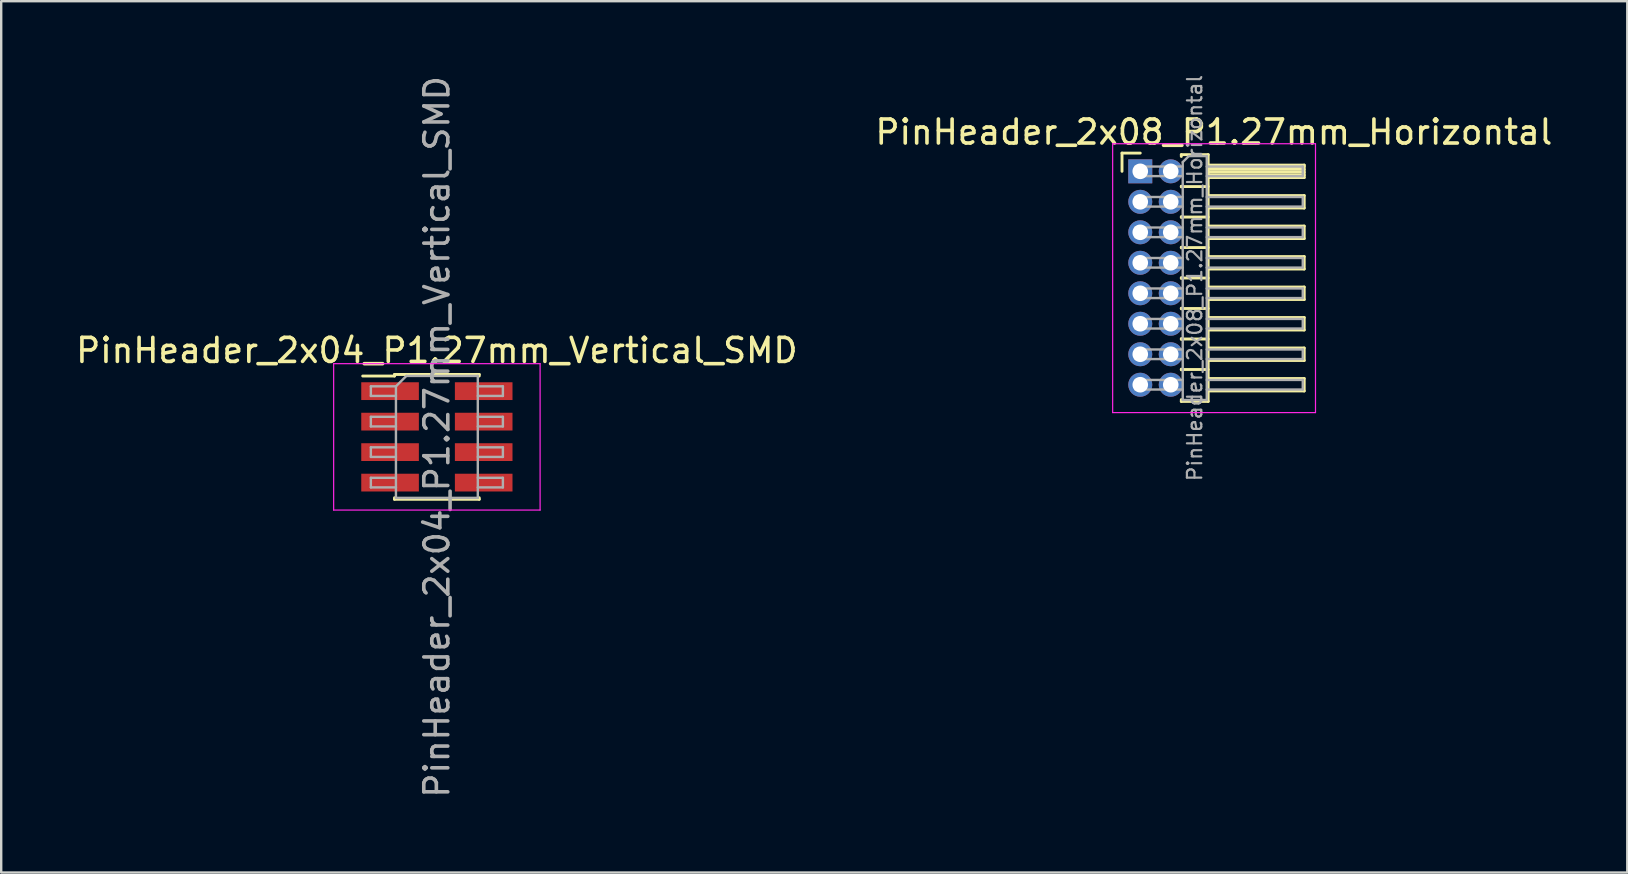
<source format=kicad_pcb>
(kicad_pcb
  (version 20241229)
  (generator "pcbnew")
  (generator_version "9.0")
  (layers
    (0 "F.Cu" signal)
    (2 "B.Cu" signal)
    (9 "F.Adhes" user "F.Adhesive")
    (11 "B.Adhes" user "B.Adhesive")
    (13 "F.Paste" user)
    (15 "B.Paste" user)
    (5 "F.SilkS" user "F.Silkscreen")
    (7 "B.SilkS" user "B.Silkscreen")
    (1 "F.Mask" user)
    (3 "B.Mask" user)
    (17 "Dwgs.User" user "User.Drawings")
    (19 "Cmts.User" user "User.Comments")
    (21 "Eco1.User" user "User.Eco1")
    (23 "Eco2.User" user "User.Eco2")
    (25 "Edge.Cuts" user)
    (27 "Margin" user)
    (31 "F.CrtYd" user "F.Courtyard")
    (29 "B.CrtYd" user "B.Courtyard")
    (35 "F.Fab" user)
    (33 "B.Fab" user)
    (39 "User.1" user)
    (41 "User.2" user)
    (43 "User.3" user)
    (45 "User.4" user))
  (footprint "PinHeader_2x08_P1.27mm_Horizontal"
    (layer "F.Cu")
    (at 44.45 4.087)
    (property "Reference" "PinHeader_2x08_P1.27mm_Horizontal" (at 3.067 -1.635 0) (layer "F.SilkS") (effects (font (size 1 1) (thickness 0.15))))
    (attr through_hole)
    (fp_line (start -0.76 -0.76) (end 0 -0.76) (stroke (width 0.12) (type solid)) (layer "F.SilkS"))
    (fp_line (start -0.76 0) (end -0.76 -0.76) (stroke (width 0.12) (type solid)) (layer "F.SilkS"))
    (fp_line (start 1.71 -0.695) (end 2.83 -0.695) (stroke (width 0.12) (type solid)) (layer "F.SilkS"))
    (fp_line (start 1.71 -0.62) (end 1.71 -0.695) (stroke (width 0.12) (type solid)) (layer "F.SilkS"))
    (fp_line (start 1.71 0.62) (end 1.71 0.65) (stroke (width 0.12) (type solid)) (layer "F.SilkS"))
    (fp_line (start 1.71 0.635) (end 2.83 0.635) (stroke (width 0.12) (type solid)) (layer "F.SilkS"))
    (fp_line (start 1.71 1.89) (end 1.71 1.92) (stroke (width 0.12) (type solid)) (layer "F.SilkS"))
    (fp_line (start 1.71 1.905) (end 2.83 1.905) (stroke (width 0.12) (type solid)) (layer "F.SilkS"))
    (fp_line (start 1.71 3.16) (end 1.71 3.19) (stroke (width 0.12) (type solid)) (layer "F.SilkS"))
    (fp_line (start 1.71 3.175) (end 2.83 3.175) (stroke (width 0.12) (type solid)) (layer "F.SilkS"))
    (fp_line (start 1.71 4.43) (end 1.71 4.46) (stroke (width 0.12) (type solid)) (layer "F.SilkS"))
    (fp_line (start 1.71 4.445) (end 2.83 4.445) (stroke (width 0.12) (type solid)) (layer "F.SilkS"))
    (fp_line (start 1.71 5.7) (end 1.71 5.73) (stroke (width 0.12) (type solid)) (layer "F.SilkS"))
    (fp_line (start 1.71 5.715) (end 2.83 5.715) (stroke (width 0.12) (type solid)) (layer "F.SilkS"))
    (fp_line (start 1.71 6.97) (end 1.71 7) (stroke (width 0.12) (type solid)) (layer "F.SilkS"))
    (fp_line (start 1.71 6.985) (end 2.83 6.985) (stroke (width 0.12) (type solid)) (layer "F.SilkS"))
    (fp_line (start 1.71 8.24) (end 1.71 8.27) (stroke (width 0.12) (type solid)) (layer "F.SilkS"))
    (fp_line (start 1.71 8.255) (end 2.83 8.255) (stroke (width 0.12) (type solid)) (layer "F.SilkS"))
    (fp_line (start 1.71 9.585) (end 1.71 9.51) (stroke (width 0.12) (type solid)) (layer "F.SilkS"))
    (fp_line (start 2.83 -0.695) (end 2.83 9.585) (stroke (width 0.12) (type solid)) (layer "F.SilkS"))
    (fp_line (start 2.83 -0.26) (end 6.83 -0.26) (stroke (width 0.12) (type solid)) (layer "F.SilkS"))
    (fp_line (start 2.83 -0.2) (end 6.83 -0.2) (stroke (width 0.12) (type solid)) (layer "F.SilkS"))
    (fp_line (start 2.83 -0.08) (end 6.83 -0.08) (stroke (width 0.12) (type solid)) (layer "F.SilkS"))
    (fp_line (start 2.83 0.04) (end 6.83 0.04) (stroke (width 0.12) (type solid)) (layer "F.SilkS"))
    (fp_line (start 2.83 0.16) (end 6.83 0.16) (stroke (width 0.12) (type solid)) (layer "F.SilkS"))
    (fp_line (start 2.83 1.01) (end 6.83 1.01) (stroke (width 0.12) (type solid)) (layer "F.SilkS"))
    (fp_line (start 2.83 2.28) (end 6.83 2.28) (stroke (width 0.12) (type solid)) (layer "F.SilkS"))
    (fp_line (start 2.83 3.55) (end 6.83 3.55) (stroke (width 0.12) (type solid)) (layer "F.SilkS"))
    (fp_line (start 2.83 4.82) (end 6.83 4.82) (stroke (width 0.12) (type solid)) (layer "F.SilkS"))
    (fp_line (start 2.83 6.09) (end 6.83 6.09) (stroke (width 0.12) (type solid)) (layer "F.SilkS"))
    (fp_line (start 2.83 7.36) (end 6.83 7.36) (stroke (width 0.12) (type solid)) (layer "F.SilkS"))
    (fp_line (start 2.83 8.63) (end 6.83 8.63) (stroke (width 0.12) (type solid)) (layer "F.SilkS"))
    (fp_line (start 2.83 9.585) (end 1.71 9.585) (stroke (width 0.12) (type solid)) (layer "F.SilkS"))
    (fp_line (start 6.83 -0.26) (end 6.83 0.26) (stroke (width 0.12) (type solid)) (layer "F.SilkS"))
    (fp_line (start 6.83 0.26) (end 2.83 0.26) (stroke (width 0.12) (type solid)) (layer "F.SilkS"))
    (fp_line (start 6.83 1.01) (end 6.83 1.53) (stroke (width 0.12) (type solid)) (layer "F.SilkS"))
    (fp_line (start 6.83 1.53) (end 2.83 1.53) (stroke (width 0.12) (type solid)) (layer "F.SilkS"))
    (fp_line (start 6.83 2.28) (end 6.83 2.8) (stroke (width 0.12) (type solid)) (layer "F.SilkS"))
    (fp_line (start 6.83 2.8) (end 2.83 2.8) (stroke (width 0.12) (type solid)) (layer "F.SilkS"))
    (fp_line (start 6.83 3.55) (end 6.83 4.07) (stroke (width 0.12) (type solid)) (layer "F.SilkS"))
    (fp_line (start 6.83 4.07) (end 2.83 4.07) (stroke (width 0.12) (type solid)) (layer "F.SilkS"))
    (fp_line (start 6.83 4.82) (end 6.83 5.34) (stroke (width 0.12) (type solid)) (layer "F.SilkS"))
    (fp_line (start 6.83 5.34) (end 2.83 5.34) (stroke (width 0.12) (type solid)) (layer "F.SilkS"))
    (fp_line (start 6.83 6.09) (end 6.83 6.61) (stroke (width 0.12) (type solid)) (layer "F.SilkS"))
    (fp_line (start 6.83 6.61) (end 2.83 6.61) (stroke (width 0.12) (type solid)) (layer "F.SilkS"))
    (fp_line (start 6.83 7.36) (end 6.83 7.88) (stroke (width 0.12) (type solid)) (layer "F.SilkS"))
    (fp_line (start 6.83 7.88) (end 2.83 7.88) (stroke (width 0.12) (type solid)) (layer "F.SilkS"))
    (fp_line (start 6.83 8.63) (end 6.83 9.15) (stroke (width 0.12) (type solid)) (layer "F.SilkS"))
    (fp_line (start 6.83 9.15) (end 2.83 9.15) (stroke (width 0.12) (type solid)) (layer "F.SilkS"))
    (fp_line (start -1.15 -1.15) (end -1.15 10.05) (stroke (width 0.05) (type solid)) (layer "F.CrtYd"))
    (fp_line (start -1.15 10.05) (end 7.3 10.05) (stroke (width 0.05) (type solid)) (layer "F.CrtYd"))
    (fp_line (start 7.3 -1.15) (end -1.15 -1.15) (stroke (width 0.05) (type solid)) (layer "F.CrtYd"))
    (fp_line (start 7.3 10.05) (end 7.3 -1.15) (stroke (width 0.05) (type solid)) (layer "F.CrtYd"))
    (fp_line (start -0.2 -0.2) (end -0.2 0.2) (stroke (width 0.1) (type solid)) (layer "F.Fab"))
    (fp_line (start -0.2 -0.2) (end 1.77 -0.2) (stroke (width 0.1) (type solid)) (layer "F.Fab"))
    (fp_line (start -0.2 0.2) (end 1.77 0.2) (stroke (width 0.1) (type solid)) (layer "F.Fab"))
    (fp_line (start -0.2 1.07) (end -0.2 1.47) (stroke (width 0.1) (type solid)) (layer "F.Fab"))
    (fp_line (start -0.2 1.07) (end 1.77 1.07) (stroke (width 0.1) (type solid)) (layer "F.Fab"))
    (fp_line (start -0.2 1.47) (end 1.77 1.47) (stroke (width 0.1) (type solid)) (layer "F.Fab"))
    (fp_line (start -0.2 2.34) (end -0.2 2.74) (stroke (width 0.1) (type solid)) (layer "F.Fab"))
    (fp_line (start -0.2 2.34) (end 1.77 2.34) (stroke (width 0.1) (type solid)) (layer "F.Fab"))
    (fp_line (start -0.2 2.74) (end 1.77 2.74) (stroke (width 0.1) (type solid)) (layer "F.Fab"))
    (fp_line (start -0.2 3.61) (end -0.2 4.01) (stroke (width 0.1) (type solid)) (layer "F.Fab"))
    (fp_line (start -0.2 3.61) (end 1.77 3.61) (stroke (width 0.1) (type solid)) (layer "F.Fab"))
    (fp_line (start -0.2 4.01) (end 1.77 4.01) (stroke (width 0.1) (type solid)) (layer "F.Fab"))
    (fp_line (start -0.2 4.88) (end -0.2 5.28) (stroke (width 0.1) (type solid)) (layer "F.Fab"))
    (fp_line (start -0.2 4.88) (end 1.77 4.88) (stroke (width 0.1) (type solid)) (layer "F.Fab"))
    (fp_line (start -0.2 5.28) (end 1.77 5.28) (stroke (width 0.1) (type solid)) (layer "F.Fab"))
    (fp_line (start -0.2 6.15) (end -0.2 6.55) (stroke (width 0.1) (type solid)) (layer "F.Fab"))
    (fp_line (start -0.2 6.15) (end 1.77 6.15) (stroke (width 0.1) (type solid)) (layer "F.Fab"))
    (fp_line (start -0.2 6.55) (end 1.77 6.55) (stroke (width 0.1) (type solid)) (layer "F.Fab"))
    (fp_line (start -0.2 7.42) (end -0.2 7.82) (stroke (width 0.1) (type solid)) (layer "F.Fab"))
    (fp_line (start -0.2 7.42) (end 1.77 7.42) (stroke (width 0.1) (type solid)) (layer "F.Fab"))
    (fp_line (start -0.2 7.82) (end 1.77 7.82) (stroke (width 0.1) (type solid)) (layer "F.Fab"))
    (fp_line (start -0.2 8.69) (end -0.2 9.09) (stroke (width 0.1) (type solid)) (layer "F.Fab"))
    (fp_line (start -0.2 8.69) (end 1.77 8.69) (stroke (width 0.1) (type solid)) (layer "F.Fab"))
    (fp_line (start -0.2 9.09) (end 1.77 9.09) (stroke (width 0.1) (type solid)) (layer "F.Fab"))
    (fp_line (start 1.77 -0.385) (end 2.02 -0.635) (stroke (width 0.1) (type solid)) (layer "F.Fab"))
    (fp_line (start 1.77 9.525) (end 1.77 -0.385) (stroke (width 0.1) (type solid)) (layer "F.Fab"))
    (fp_line (start 2.02 -0.635) (end 2.77 -0.635) (stroke (width 0.1) (type solid)) (layer "F.Fab"))
    (fp_line (start 2.77 -0.635) (end 2.77 9.525) (stroke (width 0.1) (type solid)) (layer "F.Fab"))
    (fp_line (start 2.77 -0.2) (end 6.77 -0.2) (stroke (width 0.1) (type solid)) (layer "F.Fab"))
    (fp_line (start 2.77 0.2) (end 6.77 0.2) (stroke (width 0.1) (type solid)) (layer "F.Fab"))
    (fp_line (start 2.77 1.07) (end 6.77 1.07) (stroke (width 0.1) (type solid)) (layer "F.Fab"))
    (fp_line (start 2.77 1.47) (end 6.77 1.47) (stroke (width 0.1) (type solid)) (layer "F.Fab"))
    (fp_line (start 2.77 2.34) (end 6.77 2.34) (stroke (width 0.1) (type solid)) (layer "F.Fab"))
    (fp_line (start 2.77 2.74) (end 6.77 2.74) (stroke (width 0.1) (type solid)) (layer "F.Fab"))
    (fp_line (start 2.77 3.61) (end 6.77 3.61) (stroke (width 0.1) (type solid)) (layer "F.Fab"))
    (fp_line (start 2.77 4.01) (end 6.77 4.01) (stroke (width 0.1) (type solid)) (layer "F.Fab"))
    (fp_line (start 2.77 4.88) (end 6.77 4.88) (stroke (width 0.1) (type solid)) (layer "F.Fab"))
    (fp_line (start 2.77 5.28) (end 6.77 5.28) (stroke (width 0.1) (type solid)) (layer "F.Fab"))
    (fp_line (start 2.77 6.15) (end 6.77 6.15) (stroke (width 0.1) (type solid)) (layer "F.Fab"))
    (fp_line (start 2.77 6.55) (end 6.77 6.55) (stroke (width 0.1) (type solid)) (layer "F.Fab"))
    (fp_line (start 2.77 7.42) (end 6.77 7.42) (stroke (width 0.1) (type solid)) (layer "F.Fab"))
    (fp_line (start 2.77 7.82) (end 6.77 7.82) (stroke (width 0.1) (type solid)) (layer "F.Fab"))
    (fp_line (start 2.77 8.69) (end 6.77 8.69) (stroke (width 0.1) (type solid)) (layer "F.Fab"))
    (fp_line (start 2.77 9.09) (end 6.77 9.09) (stroke (width 0.1) (type solid)) (layer "F.Fab"))
    (fp_line (start 2.77 9.525) (end 1.77 9.525) (stroke (width 0.1) (type solid)) (layer "F.Fab"))
    (fp_line (start 6.77 -0.2) (end 6.77 0.2) (stroke (width 0.1) (type solid)) (layer "F.Fab"))
    (fp_line (start 6.77 1.07) (end 6.77 1.47) (stroke (width 0.1) (type solid)) (layer "F.Fab"))
    (fp_line (start 6.77 2.34) (end 6.77 2.74) (stroke (width 0.1) (type solid)) (layer "F.Fab"))
    (fp_line (start 6.77 3.61) (end 6.77 4.01) (stroke (width 0.1) (type solid)) (layer "F.Fab"))
    (fp_line (start 6.77 4.88) (end 6.77 5.28) (stroke (width 0.1) (type solid)) (layer "F.Fab"))
    (fp_line (start 6.77 6.15) (end 6.77 6.55) (stroke (width 0.1) (type solid)) (layer "F.Fab"))
    (fp_line (start 6.77 7.42) (end 6.77 7.82) (stroke (width 0.1) (type solid)) (layer "F.Fab"))
    (fp_line (start 6.77 8.69) (end 6.77 9.09) (stroke (width 0.1) (type solid)) (layer "F.Fab"))
    (fp_text user "${REFERENCE}" (at 2.27 4.445 90) (layer "F.Fab") (effects (font (size 0.6 0.6) (thickness 0.09))))
    (pad "1" thru_hole rect (at 0 0) (size 1 1) (drill 0.65) (layers "*.Cu" "*.Mask"))
    (pad "2" thru_hole oval (at 1.27 0) (size 1 1) (drill 0.65) (layers "*.Cu" "*.Mask"))
    (pad "3" thru_hole oval (at 0 1.27) (size 1 1) (drill 0.65) (layers "*.Cu" "*.Mask"))
    (pad "4" thru_hole oval (at 1.27 1.27) (size 1 1) (drill 0.65) (layers "*.Cu" "*.Mask"))
    (pad "5" thru_hole oval (at 0 2.54) (size 1 1) (drill 0.65) (layers "*.Cu" "*.Mask"))
    (pad "6" thru_hole oval (at 1.27 2.54) (size 1 1) (drill 0.65) (layers "*.Cu" "*.Mask"))
    (pad "7" thru_hole oval (at 0 3.81) (size 1 1) (drill 0.65) (layers "*.Cu" "*.Mask"))
    (pad "8" thru_hole oval (at 1.27 3.81) (size 1 1) (drill 0.65) (layers "*.Cu" "*.Mask"))
    (pad "9" thru_hole oval (at 0 5.08) (size 1 1) (drill 0.65) (layers "*.Cu" "*.Mask"))
    (pad "10" thru_hole oval (at 1.27 5.08) (size 1 1) (drill 0.65) (layers "*.Cu" "*.Mask"))
    (pad "11" thru_hole oval (at 0 6.35) (size 1 1) (drill 0.65) (layers "*.Cu" "*.Mask"))
    (pad "12" thru_hole oval (at 1.27 6.35) (size 1 1) (drill 0.65) (layers "*.Cu" "*.Mask"))
    (pad "13" thru_hole oval (at 0 7.62) (size 1 1) (drill 0.65) (layers "*.Cu" "*.Mask"))
    (pad "14" thru_hole oval (at 1.27 7.62) (size 1 1) (drill 0.65) (layers "*.Cu" "*.Mask"))
    (pad "15" thru_hole oval (at 0 8.89) (size 1 1) (drill 0.65) (layers "*.Cu" "*.Mask"))
    (pad "16" thru_hole oval (at 1.27 8.89) (size 1 1) (drill 0.65) (layers "*.Cu" "*.Mask")))
  (footprint "PinHeader_2x04_P1.27mm_Vertical_SMD"
    (layer "F.Cu")
    (at 15.149 15.149)
    (property "Reference" "PinHeader_2x04_P1.27mm_Vertical_SMD" (at 0 -3.6 0) (layer "F.SilkS") (effects (font (size 1 1) (thickness 0.15))))
    (attr smd)
    (fp_line (start -3.09 -2.535) (end -1.765 -2.535) (stroke (width 0.12) (type solid)) (layer "F.SilkS"))
    (fp_line (start -1.765 -2.6) (end -1.765 -2.535) (stroke (width 0.12) (type solid)) (layer "F.SilkS"))
    (fp_line (start -1.765 -2.6) (end 1.765 -2.6) (stroke (width 0.12) (type solid)) (layer "F.SilkS"))
    (fp_line (start -1.765 2.535) (end -1.765 2.6) (stroke (width 0.12) (type solid)) (layer "F.SilkS"))
    (fp_line (start -1.765 2.6) (end 1.765 2.6) (stroke (width 0.12) (type solid)) (layer "F.SilkS"))
    (fp_line (start 1.765 -2.6) (end 1.765 -2.535) (stroke (width 0.12) (type solid)) (layer "F.SilkS"))
    (fp_line (start 1.765 2.535) (end 1.765 2.6) (stroke (width 0.12) (type solid)) (layer "F.SilkS"))
    (fp_line (start -4.3 -3.05) (end -4.3 3.05) (stroke (width 0.05) (type solid)) (layer "F.CrtYd"))
    (fp_line (start -4.3 3.05) (end 4.3 3.05) (stroke (width 0.05) (type solid)) (layer "F.CrtYd"))
    (fp_line (start 4.3 -3.05) (end -4.3 -3.05) (stroke (width 0.05) (type solid)) (layer "F.CrtYd"))
    (fp_line (start 4.3 3.05) (end 4.3 -3.05) (stroke (width 0.05) (type solid)) (layer "F.CrtYd"))
    (fp_line (start -2.75 -2.105) (end -2.75 -1.705) (stroke (width 0.1) (type solid)) (layer "F.Fab"))
    (fp_line (start -2.75 -1.705) (end -1.705 -1.705) (stroke (width 0.1) (type solid)) (layer "F.Fab"))
    (fp_line (start -2.75 -0.835) (end -2.75 -0.435) (stroke (width 0.1) (type solid)) (layer "F.Fab"))
    (fp_line (start -2.75 -0.435) (end -1.705 -0.435) (stroke (width 0.1) (type solid)) (layer "F.Fab"))
    (fp_line (start -2.75 0.435) (end -2.75 0.835) (stroke (width 0.1) (type solid)) (layer "F.Fab"))
    (fp_line (start -2.75 0.835) (end -1.705 0.835) (stroke (width 0.1) (type solid)) (layer "F.Fab"))
    (fp_line (start -2.75 1.705) (end -2.75 2.105) (stroke (width 0.1) (type solid)) (layer "F.Fab"))
    (fp_line (start -2.75 2.105) (end -1.705 2.105) (stroke (width 0.1) (type solid)) (layer "F.Fab"))
    (fp_line (start -1.705 -2.105) (end -2.75 -2.105) (stroke (width 0.1) (type solid)) (layer "F.Fab"))
    (fp_line (start -1.705 -2.105) (end -1.27 -2.54) (stroke (width 0.1) (type solid)) (layer "F.Fab"))
    (fp_line (start -1.705 -0.835) (end -2.75 -0.835) (stroke (width 0.1) (type solid)) (layer "F.Fab"))
    (fp_line (start -1.705 0.435) (end -2.75 0.435) (stroke (width 0.1) (type solid)) (layer "F.Fab"))
    (fp_line (start -1.705 1.705) (end -2.75 1.705) (stroke (width 0.1) (type solid)) (layer "F.Fab"))
    (fp_line (start -1.705 2.54) (end -1.705 -2.105) (stroke (width 0.1) (type solid)) (layer "F.Fab"))
    (fp_line (start -1.27 -2.54) (end 1.705 -2.54) (stroke (width 0.1) (type solid)) (layer "F.Fab"))
    (fp_line (start 1.705 -2.54) (end 1.705 2.54) (stroke (width 0.1) (type solid)) (layer "F.Fab"))
    (fp_line (start 1.705 -2.105) (end 2.75 -2.105) (stroke (width 0.1) (type solid)) (layer "F.Fab"))
    (fp_line (start 1.705 -0.835) (end 2.75 -0.835) (stroke (width 0.1) (type solid)) (layer "F.Fab"))
    (fp_line (start 1.705 0.435) (end 2.75 0.435) (stroke (width 0.1) (type solid)) (layer "F.Fab"))
    (fp_line (start 1.705 1.705) (end 2.75 1.705) (stroke (width 0.1) (type solid)) (layer "F.Fab"))
    (fp_line (start 1.705 2.54) (end -1.705 2.54) (stroke (width 0.1) (type solid)) (layer "F.Fab"))
    (fp_line (start 2.75 -2.105) (end 2.75 -1.705) (stroke (width 0.1) (type solid)) (layer "F.Fab"))
    (fp_line (start 2.75 -1.705) (end 1.705 -1.705) (stroke (width 0.1) (type solid)) (layer "F.Fab"))
    (fp_line (start 2.75 -0.835) (end 2.75 -0.435) (stroke (width 0.1) (type solid)) (layer "F.Fab"))
    (fp_line (start 2.75 -0.435) (end 1.705 -0.435) (stroke (width 0.1) (type solid)) (layer "F.Fab"))
    (fp_line (start 2.75 0.435) (end 2.75 0.835) (stroke (width 0.1) (type solid)) (layer "F.Fab"))
    (fp_line (start 2.75 0.835) (end 1.705 0.835) (stroke (width 0.1) (type solid)) (layer "F.Fab"))
    (fp_line (start 2.75 1.705) (end 2.75 2.105) (stroke (width 0.1) (type solid)) (layer "F.Fab"))
    (fp_line (start 2.75 2.105) (end 1.705 2.105) (stroke (width 0.1) (type solid)) (layer "F.Fab"))
    (fp_text user "${REFERENCE}" (at 0 0 90) (layer "F.Fab") (effects (font (size 1 1) (thickness 0.15))))
    (pad "1" smd rect (at -1.95 -1.905) (size 2.4 0.74) (layers "F.Cu" "F.Mask" "F.Paste"))
    (pad "2" smd rect (at 1.95 -1.905) (size 2.4 0.74) (layers "F.Cu" "F.Mask" "F.Paste"))
    (pad "3" smd rect (at -1.95 -0.635) (size 2.4 0.74) (layers "F.Cu" "F.Mask" "F.Paste"))
    (pad "4" smd rect (at 1.95 -0.635) (size 2.4 0.74) (layers "F.Cu" "F.Mask" "F.Paste"))
    (pad "5" smd rect (at -1.95 0.635) (size 2.4 0.74) (layers "F.Cu" "F.Mask" "F.Paste"))
    (pad "6" smd rect (at 1.95 0.635) (size 2.4 0.74) (layers "F.Cu" "F.Mask" "F.Paste"))
    (pad "7" smd rect (at -1.95 1.905) (size 2.4 0.74) (layers "F.Cu" "F.Mask" "F.Paste"))
    (pad "8" smd rect (at 1.95 1.905) (size 2.4 0.74) (layers "F.Cu" "F.Mask" "F.Paste")))
  (gr_rect
    (start -3 -3)
    (end 64.738 33.298)
    (stroke (width 0.1) (type default))
    (fill no)
    (layer "Edge.Cuts")))
</source>
